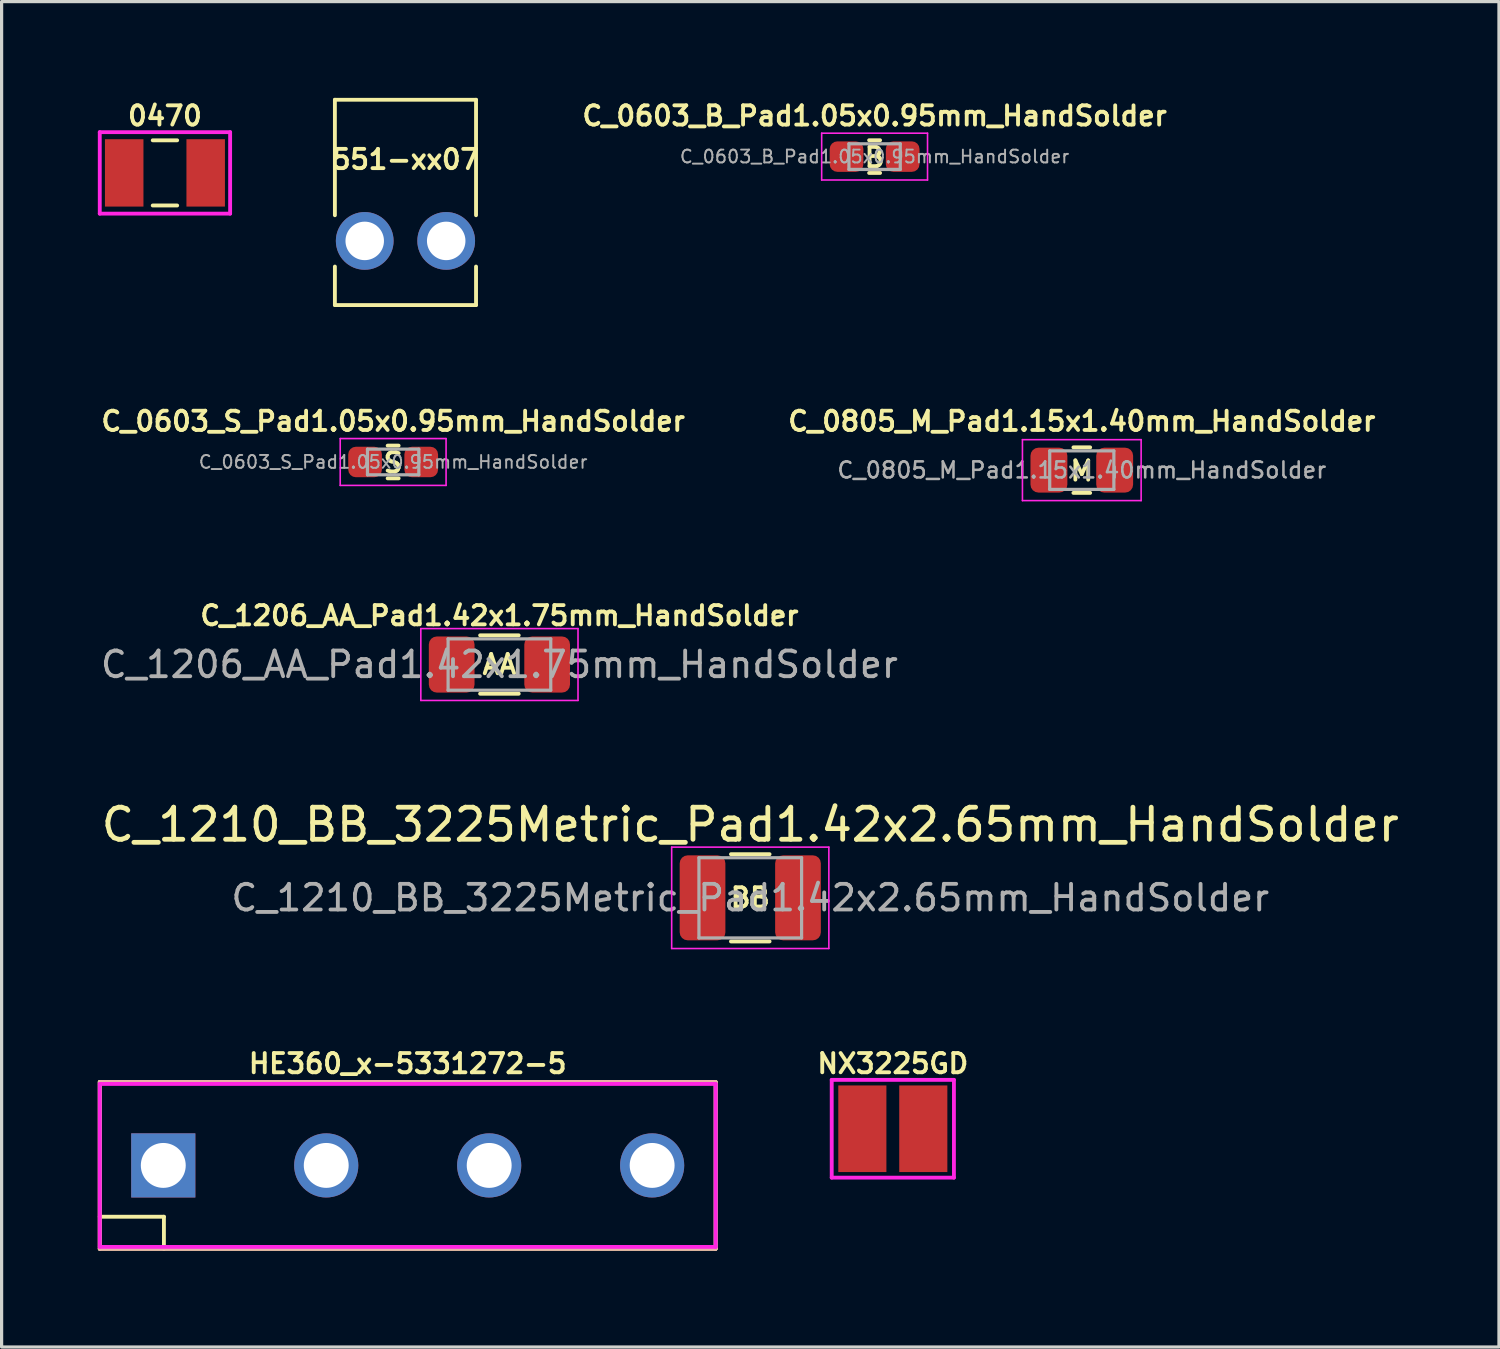
<source format=kicad_pcb>
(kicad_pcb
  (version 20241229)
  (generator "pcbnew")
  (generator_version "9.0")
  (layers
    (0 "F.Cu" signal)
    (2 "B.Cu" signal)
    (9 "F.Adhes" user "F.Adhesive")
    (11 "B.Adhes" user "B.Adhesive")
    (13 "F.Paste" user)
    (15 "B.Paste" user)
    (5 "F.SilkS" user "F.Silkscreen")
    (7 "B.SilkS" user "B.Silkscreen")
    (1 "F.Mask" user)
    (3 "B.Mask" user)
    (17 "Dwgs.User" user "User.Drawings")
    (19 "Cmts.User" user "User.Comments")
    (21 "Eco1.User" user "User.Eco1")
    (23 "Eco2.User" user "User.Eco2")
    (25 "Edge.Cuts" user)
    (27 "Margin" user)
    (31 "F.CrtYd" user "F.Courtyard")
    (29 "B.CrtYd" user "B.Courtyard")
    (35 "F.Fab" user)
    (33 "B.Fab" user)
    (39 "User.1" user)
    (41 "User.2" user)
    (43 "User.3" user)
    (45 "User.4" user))
  (footprint "C_1210_BB_3225Metric_Pad1.42x2.65mm_HandSolder"
    (layer "F.Cu")
    (at 20.339 24.939)
    (property "Reference" "C_1210_BB_3225Metric_Pad1.42x2.65mm_HandSolder" (at 0 -2.28 0) (layer "F.SilkS") (effects (font (size 1 1) (thickness 0.15))))
    (attr smd)
    (fp_line (start -0.602 -1.36) (end 0.602 -1.36) (stroke (width 0.12) (type solid)) (layer "F.SilkS"))
    (fp_line (start -0.602 1.36) (end 0.602 1.36) (stroke (width 0.12) (type solid)) (layer "F.SilkS"))
    (fp_line (start -2.45 -1.58) (end 2.45 -1.58) (stroke (width 0.05) (type solid)) (layer "F.CrtYd"))
    (fp_line (start -2.45 1.58) (end -2.45 -1.58) (stroke (width 0.05) (type solid)) (layer "F.CrtYd"))
    (fp_line (start 2.45 -1.58) (end 2.45 1.58) (stroke (width 0.05) (type solid)) (layer "F.CrtYd"))
    (fp_line (start 2.45 1.58) (end -2.45 1.58) (stroke (width 0.05) (type solid)) (layer "F.CrtYd"))
    (fp_line (start -1.6 -1.25) (end 1.6 -1.25) (stroke (width 0.1) (type solid)) (layer "F.Fab"))
    (fp_line (start -1.6 1.25) (end -1.6 -1.25) (stroke (width 0.1) (type solid)) (layer "F.Fab"))
    (fp_line (start 1.6 -1.25) (end 1.6 1.25) (stroke (width 0.1) (type solid)) (layer "F.Fab"))
    (fp_line (start 1.6 1.25) (end -1.6 1.25) (stroke (width 0.1) (type solid)) (layer "F.Fab"))
    (fp_text user "BB" (at 0 0 0) (layer "F.SilkS") (effects (font (size 0.6 0.6) (thickness 0.12))))
    (fp_text user "${REFERENCE}" (at 0 0 0) (layer "F.Fab") (effects (font (size 0.8 0.8) (thickness 0.12))))
    (pad "1" smd roundrect (at -1.488 0) (size 1.425 2.65) (layers "F.Cu" "F.Mask" "F.Paste") (roundrect_rratio 0.175))
    (pad "2" smd roundrect (at 1.488 0) (size 1.425 2.65) (layers "F.Cu" "F.Mask" "F.Paste") (roundrect_rratio 0.175)))
  (footprint "C_0805_M_Pad1.15x1.40mm_HandSolder"
    (layer "F.Cu")
    (at 30.674 11.606)
    (property "Reference" "C_0805_M_Pad1.15x1.40mm_HandSolder" (at 0 -1.524 0) (layer "F.SilkS") (effects (font (size 0.6 0.6) (thickness 0.12))))
    (attr smd)
    (fp_line (start -0.261 -0.71) (end 0.261 -0.71) (stroke (width 0.12) (type solid)) (layer "F.SilkS"))
    (fp_line (start -0.261 0.71) (end 0.261 0.71) (stroke (width 0.12) (type solid)) (layer "F.SilkS"))
    (fp_line (start -1.85 -0.95) (end 1.85 -0.95) (stroke (width 0.05) (type solid)) (layer "F.CrtYd"))
    (fp_line (start -1.85 0.95) (end -1.85 -0.95) (stroke (width 0.05) (type solid)) (layer "F.CrtYd"))
    (fp_line (start 1.85 -0.95) (end 1.85 0.95) (stroke (width 0.05) (type solid)) (layer "F.CrtYd"))
    (fp_line (start 1.85 0.95) (end -1.85 0.95) (stroke (width 0.05) (type solid)) (layer "F.CrtYd"))
    (fp_line (start -1 -0.6) (end 1 -0.6) (stroke (width 0.1) (type solid)) (layer "F.Fab"))
    (fp_line (start -1 0.6) (end -1 -0.6) (stroke (width 0.1) (type solid)) (layer "F.Fab"))
    (fp_line (start 1 -0.6) (end 1 0.6) (stroke (width 0.1) (type solid)) (layer "F.Fab"))
    (fp_line (start 1 0.6) (end -1 0.6) (stroke (width 0.1) (type solid)) (layer "F.Fab"))
    (fp_text user "M" (at 0 0.025 0) (layer "F.SilkS") (effects (font (size 0.6 0.6) (thickness 0.12))))
    (fp_text user "${REFERENCE}" (at 0 0 0) (layer "F.Fab") (effects (font (size 0.5 0.5) (thickness 0.08))))
    (pad "1" smd roundrect (at -1.025 0) (size 1.15 1.4) (layers "F.Cu" "F.Mask" "F.Paste") (roundrect_rratio 0.217))
    (pad "2" smd roundrect (at 1.025 0) (size 1.15 1.4) (layers "F.Cu" "F.Mask" "F.Paste") (roundrect_rratio 0.217)))
  (footprint "C_0603_B_Pad1.05x0.95mm_HandSolder"
    (layer "F.Cu")
    (at 24.215 1.832)
    (property "Reference" "C_0603_B_Pad1.05x0.95mm_HandSolder" (at 0 -1.27 0) (layer "F.SilkS") (effects (font (size 0.6 0.6) (thickness 0.12))))
    (attr smd)
    (fp_line (start -0.171 -0.51) (end 0.171 -0.51) (stroke (width 0.12) (type solid)) (layer "F.SilkS"))
    (fp_line (start -0.171 0.51) (end 0.171 0.51) (stroke (width 0.12) (type solid)) (layer "F.SilkS"))
    (fp_line (start -1.65 -0.73) (end 1.65 -0.73) (stroke (width 0.05) (type solid)) (layer "F.CrtYd"))
    (fp_line (start -1.65 0.73) (end -1.65 -0.73) (stroke (width 0.05) (type solid)) (layer "F.CrtYd"))
    (fp_line (start 1.65 -0.73) (end 1.65 0.73) (stroke (width 0.05) (type solid)) (layer "F.CrtYd"))
    (fp_line (start 1.65 0.73) (end -1.65 0.73) (stroke (width 0.05) (type solid)) (layer "F.CrtYd"))
    (fp_line (start -0.8 -0.4) (end 0.8 -0.4) (stroke (width 0.1) (type solid)) (layer "F.Fab"))
    (fp_line (start -0.8 0.4) (end -0.8 -0.4) (stroke (width 0.1) (type solid)) (layer "F.Fab"))
    (fp_line (start 0.8 -0.4) (end 0.8 0.4) (stroke (width 0.1) (type solid)) (layer "F.Fab"))
    (fp_line (start 0.8 0.4) (end -0.8 0.4) (stroke (width 0.1) (type solid)) (layer "F.Fab"))
    (fp_text user "B" (at 0 0.025 0) (layer "F.SilkS") (effects (font (size 0.6 0.6) (thickness 0.12))))
    (fp_text user "${REFERENCE}" (at 0 0 0) (layer "F.Fab") (effects (font (size 0.4 0.4) (thickness 0.06))))
    (pad "1" smd roundrect (at -0.875 0) (size 1.05 0.95) (layers "F.Cu" "F.Mask" "F.Paste") (roundrect_rratio 0.25))
    (pad "2" smd roundrect (at 0.875 0) (size 1.05 0.95) (layers "F.Cu" "F.Mask" "F.Paste") (roundrect_rratio 0.25)))
  (footprint "C_1206_AA_Pad1.42x1.75mm_HandSolder"
    (layer "F.Cu")
    (at 12.519 17.666)
    (property "Reference" "C_1206_AA_Pad1.42x1.75mm_HandSolder" (at 0 -1.524 0) (layer "F.SilkS") (effects (font (size 0.6 0.6) (thickness 0.12))))
    (attr smd)
    (fp_line (start -0.602 -0.91) (end 0.602 -0.91) (stroke (width 0.12) (type solid)) (layer "F.SilkS"))
    (fp_line (start -0.602 0.91) (end 0.602 0.91) (stroke (width 0.12) (type solid)) (layer "F.SilkS"))
    (fp_line (start -2.45 -1.12) (end 2.45 -1.12) (stroke (width 0.05) (type solid)) (layer "F.CrtYd"))
    (fp_line (start -2.45 1.12) (end -2.45 -1.12) (stroke (width 0.05) (type solid)) (layer "F.CrtYd"))
    (fp_line (start 2.45 -1.12) (end 2.45 1.12) (stroke (width 0.05) (type solid)) (layer "F.CrtYd"))
    (fp_line (start 2.45 1.12) (end -2.45 1.12) (stroke (width 0.05) (type solid)) (layer "F.CrtYd"))
    (fp_line (start -1.6 -0.8) (end 1.6 -0.8) (stroke (width 0.1) (type solid)) (layer "F.Fab"))
    (fp_line (start -1.6 0.8) (end -1.6 -0.8) (stroke (width 0.1) (type solid)) (layer "F.Fab"))
    (fp_line (start 1.6 -0.8) (end 1.6 0.8) (stroke (width 0.1) (type solid)) (layer "F.Fab"))
    (fp_line (start 1.6 0.8) (end -1.6 0.8) (stroke (width 0.1) (type solid)) (layer "F.Fab"))
    (fp_text user "AA" (at 0 0 0) (layer "F.SilkS") (effects (font (size 0.6 0.6) (thickness 0.12))))
    (fp_text user "${REFERENCE}" (at 0 0 0) (layer "F.Fab") (effects (font (size 0.8 0.8) (thickness 0.12))))
    (pad "1" smd roundrect (at -1.488 0) (size 1.425 1.75) (layers "F.Cu" "F.Mask" "F.Paste") (roundrect_rratio 0.175))
    (pad "2" smd roundrect (at 1.488 0) (size 1.425 1.75) (layers "F.Cu" "F.Mask" "F.Paste") (roundrect_rratio 0.175)))
  (footprint "HE360_x-5331272-5"
    (layer "F.Cu")
    (at 9.66 33.281)
    (property "Reference" "HE360_x-5331272-5" (at 0 -3.175 0) (layer "F.SilkS") (effects (font (size 0.6 0.6) (thickness 0.12))))
    (attr through_hole)
    (fp_line (start -9.6 -2.6) (end -9.6 2.6) (stroke (width 0.12) (type solid)) (layer "F.SilkS"))
    (fp_line (start -9.6 1.6) (end -7.6 1.6) (stroke (width 0.12) (type solid)) (layer "F.SilkS"))
    (fp_line (start -9.6 2.6) (end 9.6 2.6) (stroke (width 0.12) (type solid)) (layer "F.SilkS"))
    (fp_line (start -7.6 1.6) (end -7.6 2.6) (stroke (width 0.12) (type solid)) (layer "F.SilkS"))
    (fp_line (start 9.6 -2.6) (end -9.6 -2.6) (stroke (width 0.12) (type solid)) (layer "F.SilkS"))
    (fp_line (start 9.6 2.6) (end 9.6 -2.6) (stroke (width 0.12) (type solid)) (layer "F.SilkS"))
    (fp_line (start -9.6 -2.6) (end -9.6 2.6) (stroke (width 0.12) (type solid)) (layer "B.SilkS"))
    (fp_line (start -9.6 2.6) (end 9.6 2.6) (stroke (width 0.12) (type solid)) (layer "B.SilkS"))
    (fp_line (start 9.6 -2.6) (end -9.6 -2.6) (stroke (width 0.12) (type solid)) (layer "B.SilkS"))
    (fp_line (start 9.6 2.6) (end 9.6 -2.6) (stroke (width 0.12) (type solid)) (layer "B.SilkS"))
    (fp_line (start -9.6 -2.54) (end 9.6 -2.54) (stroke (width 0.12) (type solid)) (layer "F.CrtYd"))
    (fp_line (start -9.6 2.54) (end -9.6 -2.54) (stroke (width 0.12) (type solid)) (layer "F.CrtYd"))
    (fp_line (start 9.6 -2.54) (end 9.6 2.54) (stroke (width 0.12) (type solid)) (layer "F.CrtYd"))
    (fp_line (start 9.6 2.54) (end -9.6 2.54) (stroke (width 0.12) (type solid)) (layer "F.CrtYd"))
    (pad "1" thru_hole rect (at -7.62 0) (size 2 2) (drill 1.4) (layers "*.Cu" "*.Mask"))
    (pad "2" thru_hole circle (at -2.54 0) (size 2 2) (drill 1.4) (layers "*.Cu" "*.Mask"))
    (pad "3" thru_hole circle (at 2.54 0) (size 2 2) (drill 1.4) (layers "*.Cu" "*.Mask"))
    (pad "4" thru_hole circle (at 7.62 0) (size 2 2) (drill 1.4) (layers "*.Cu" "*.Mask")))
  (footprint "551-xx07"
    (layer "F.Cu")
    (at 9.59 4.46)
    (property "Reference" "551-xx07" (at 0 -2.54 0) (layer "F.SilkS") (effects (font (size 0.6 0.6) (thickness 0.12))))
    (attr through_hole)
    (fp_line (start -2.2 -4.4) (end -2.2 -0.8) (stroke (width 0.12) (type solid)) (layer "F.SilkS"))
    (fp_line (start -2.2 -4.4) (end 2.2 -4.4) (stroke (width 0.12) (type solid)) (layer "F.SilkS"))
    (fp_line (start -2.2 0.8) (end -2.2 2) (stroke (width 0.12) (type solid)) (layer "F.SilkS"))
    (fp_line (start -2.2 2) (end 2.2 2) (stroke (width 0.12) (type solid)) (layer "F.SilkS"))
    (fp_line (start 2.2 -4.4) (end 2.2 -0.8) (stroke (width 0.12) (type solid)) (layer "F.SilkS"))
    (fp_line (start 2.2 2) (end 2.2 0.8) (stroke (width 0.12) (type solid)) (layer "F.SilkS"))
    (pad "1" thru_hole circle (at -1.27 0) (size 1.8 1.8) (drill 1.2) (layers "*.Cu" "*.Mask"))
    (pad "2" thru_hole circle (at 1.27 0) (size 1.8 1.8) (drill 1.2) (layers "*.Cu" "*.Mask")))
  (footprint "NX3225GD"
    (layer "F.Cu")
    (at 24.783 32.138)
    (property "Reference" "NX3225GD" (at 0 -2.032 0) (layer "F.SilkS") (effects (font (size 0.6 0.6) (thickness 0.12))))
    (attr through_hole)
    (fp_line (start -1.905 -1.524) (end 1.905 -1.524) (stroke (width 0.12) (type solid)) (layer "F.CrtYd"))
    (fp_line (start -1.905 1.524) (end -1.905 -1.524) (stroke (width 0.12) (type solid)) (layer "F.CrtYd"))
    (fp_line (start 1.905 -1.524) (end 1.905 1.524) (stroke (width 0.12) (type solid)) (layer "F.CrtYd"))
    (fp_line (start 1.905 1.524) (end -1.905 1.524) (stroke (width 0.12) (type solid)) (layer "F.CrtYd"))
    (pad "1" smd rect (at -0.95 0) (size 1.5 2.7) (layers "F.Cu" "F.Mask" "F.Paste"))
    (pad "2" smd rect (at 0.95 0) (size 1.5 2.7) (layers "F.Cu" "F.Mask" "F.Paste")))
  (footprint "C_0603_S_Pad1.05x0.95mm_HandSolder"
    (layer "F.Cu")
    (at 9.206 11.352)
    (property "Reference" "C_0603_S_Pad1.05x0.95mm_HandSolder" (at 0 -1.27 0) (layer "F.SilkS") (effects (font (size 0.6 0.6) (thickness 0.12))))
    (attr smd)
    (fp_line (start -0.171 -0.51) (end 0.171 -0.51) (stroke (width 0.12) (type solid)) (layer "F.SilkS"))
    (fp_line (start -0.171 0.51) (end 0.171 0.51) (stroke (width 0.12) (type solid)) (layer "F.SilkS"))
    (fp_line (start -1.65 -0.73) (end 1.65 -0.73) (stroke (width 0.05) (type solid)) (layer "F.CrtYd"))
    (fp_line (start -1.65 0.73) (end -1.65 -0.73) (stroke (width 0.05) (type solid)) (layer "F.CrtYd"))
    (fp_line (start 1.65 -0.73) (end 1.65 0.73) (stroke (width 0.05) (type solid)) (layer "F.CrtYd"))
    (fp_line (start 1.65 0.73) (end -1.65 0.73) (stroke (width 0.05) (type solid)) (layer "F.CrtYd"))
    (fp_line (start -0.8 -0.4) (end 0.8 -0.4) (stroke (width 0.1) (type solid)) (layer "F.Fab"))
    (fp_line (start -0.8 0.4) (end -0.8 -0.4) (stroke (width 0.1) (type solid)) (layer "F.Fab"))
    (fp_line (start 0.8 -0.4) (end 0.8 0.4) (stroke (width 0.1) (type solid)) (layer "F.Fab"))
    (fp_line (start 0.8 0.4) (end -0.8 0.4) (stroke (width 0.1) (type solid)) (layer "F.Fab"))
    (fp_text user "S" (at 0 0.025 0) (layer "F.SilkS") (effects (font (size 0.6 0.6) (thickness 0.12))))
    (fp_text user "${REFERENCE}" (at 0 0 0) (layer "F.Fab") (effects (font (size 0.4 0.4) (thickness 0.06))))
    (pad "1" smd roundrect (at -0.875 0) (size 1.05 0.95) (layers "F.Cu" "F.Mask" "F.Paste") (roundrect_rratio 0.25))
    (pad "2" smd roundrect (at 0.875 0) (size 1.05 0.95) (layers "F.Cu" "F.Mask" "F.Paste") (roundrect_rratio 0.25)))
  (footprint "0470"
    (layer "F.Cu")
    (at 2.092 2.34)
    (property "Reference" "0470" (at 0 -1.778 0) (layer "F.SilkS") (effects (font (size 0.6 0.6) (thickness 0.12))))
    (attr through_hole)
    (fp_line (start -0.381 -1.016) (end 0.381 -1.016) (stroke (width 0.12) (type solid)) (layer "F.SilkS"))
    (fp_line (start -0.381 1.016) (end 0.381 1.016) (stroke (width 0.12) (type solid)) (layer "F.SilkS"))
    (fp_line (start -2.032 -1.27) (end 2.032 -1.27) (stroke (width 0.12) (type solid)) (layer "F.CrtYd"))
    (fp_line (start -2.032 1.27) (end -2.032 -1.27) (stroke (width 0.12) (type solid)) (layer "F.CrtYd"))
    (fp_line (start 2.032 -1.27) (end 2.032 1.27) (stroke (width 0.12) (type solid)) (layer "F.CrtYd"))
    (fp_line (start 2.032 1.27) (end -2.032 1.27) (stroke (width 0.12) (type solid)) (layer "F.CrtYd"))
    (pad "1" smd rect (at -1.27 0) (size 1.2 2.1) (layers "F.Cu" "F.Mask" "F.Paste"))
    (pad "2" smd rect (at 1.27 0) (size 1.2 2.1) (layers "F.Cu" "F.Mask" "F.Paste")))
  (gr_rect
    (start -3 -3)
    (end 43.679 38.941)
    (stroke (width 0.1) (type default))
    (fill no)
    (layer "Edge.Cuts")))
</source>
